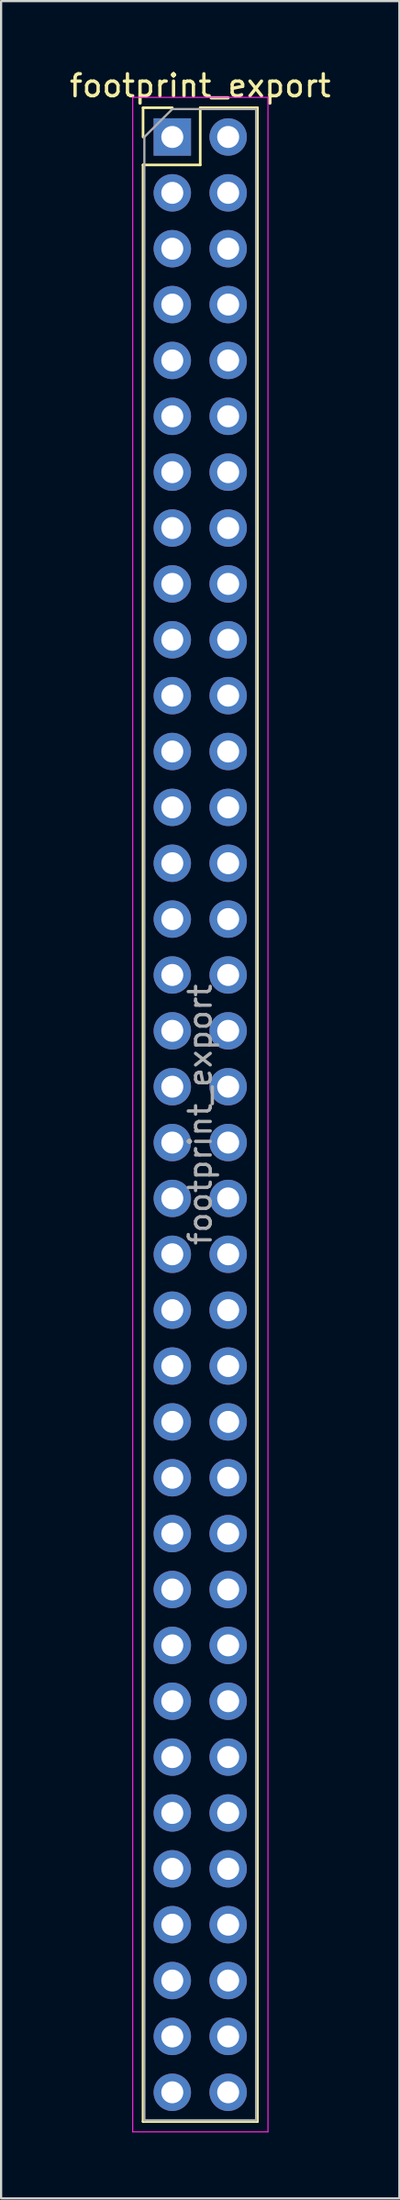
<source format=kicad_pcb>
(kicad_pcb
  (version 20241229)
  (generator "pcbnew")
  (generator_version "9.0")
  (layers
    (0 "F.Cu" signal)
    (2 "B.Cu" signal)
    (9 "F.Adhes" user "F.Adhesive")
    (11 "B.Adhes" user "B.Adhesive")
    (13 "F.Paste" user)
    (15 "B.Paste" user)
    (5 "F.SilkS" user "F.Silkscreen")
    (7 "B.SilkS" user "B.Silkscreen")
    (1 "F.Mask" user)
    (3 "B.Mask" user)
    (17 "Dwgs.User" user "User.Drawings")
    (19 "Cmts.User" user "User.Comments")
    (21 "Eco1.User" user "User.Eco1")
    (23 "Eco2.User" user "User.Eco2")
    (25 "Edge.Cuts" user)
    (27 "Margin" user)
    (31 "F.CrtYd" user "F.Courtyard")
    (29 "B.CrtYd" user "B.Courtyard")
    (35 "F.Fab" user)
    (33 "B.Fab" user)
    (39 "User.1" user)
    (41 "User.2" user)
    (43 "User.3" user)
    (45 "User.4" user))
  (footprint "footprint_export"
    (layer "F.Cu")
    (at 4.784 3.178)
    (property "Reference" "footprint_export" (at 1.27 -2.33 0) (layer "F.SilkS") (effects (font (size 1 1) (thickness 0.15))))
    (attr through_hole)
    (fp_line (start -1.33 -1.33) (end 0 -1.33) (stroke (width 0.12) (type solid)) (layer "F.SilkS"))
    (fp_line (start -1.33 0) (end -1.33 -1.33) (stroke (width 0.12) (type solid)) (layer "F.SilkS"))
    (fp_line (start -1.33 1.27) (end -1.33 90.23) (stroke (width 0.12) (type solid)) (layer "F.SilkS"))
    (fp_line (start -1.33 1.27) (end 1.27 1.27) (stroke (width 0.12) (type solid)) (layer "F.SilkS"))
    (fp_line (start -1.33 90.23) (end 3.87 90.23) (stroke (width 0.12) (type solid)) (layer "F.SilkS"))
    (fp_line (start 1.27 -1.33) (end 3.87 -1.33) (stroke (width 0.12) (type solid)) (layer "F.SilkS"))
    (fp_line (start 1.27 1.27) (end 1.27 -1.33) (stroke (width 0.12) (type solid)) (layer "F.SilkS"))
    (fp_line (start 3.87 -1.33) (end 3.87 90.23) (stroke (width 0.12) (type solid)) (layer "F.SilkS"))
    (fp_line (start -1.8 -1.8) (end -1.8 90.7) (stroke (width 0.05) (type solid)) (layer "F.CrtYd"))
    (fp_line (start -1.8 90.7) (end 4.35 90.7) (stroke (width 0.05) (type solid)) (layer "F.CrtYd"))
    (fp_line (start 4.35 -1.8) (end -1.8 -1.8) (stroke (width 0.05) (type solid)) (layer "F.CrtYd"))
    (fp_line (start 4.35 90.7) (end 4.35 -1.8) (stroke (width 0.05) (type solid)) (layer "F.CrtYd"))
    (fp_line (start -1.27 0) (end 0 -1.27) (stroke (width 0.1) (type solid)) (layer "F.Fab"))
    (fp_line (start -1.27 90.17) (end -1.27 0) (stroke (width 0.1) (type solid)) (layer "F.Fab"))
    (fp_line (start 0 -1.27) (end 3.81 -1.27) (stroke (width 0.1) (type solid)) (layer "F.Fab"))
    (fp_line (start 3.81 -1.27) (end 3.81 90.17) (stroke (width 0.1) (type solid)) (layer "F.Fab"))
    (fp_line (start 3.81 90.17) (end -1.27 90.17) (stroke (width 0.1) (type solid)) (layer "F.Fab"))
    (fp_text user "${REFERENCE}" (at 1.27 44.45 90) (layer "F.Fab") (effects (font (size 1 1) (thickness 0.15))))
    (pad "1" thru_hole rect (at 0 0) (size 1.7 1.7) (drill 1) (layers "*.Cu" "*.Mask"))
    (pad "2" thru_hole oval (at 2.54 0) (size 1.7 1.7) (drill 1) (layers "*.Cu" "*.Mask"))
    (pad "3" thru_hole oval (at 0 2.54) (size 1.7 1.7) (drill 1) (layers "*.Cu" "*.Mask"))
    (pad "4" thru_hole oval (at 2.54 2.54) (size 1.7 1.7) (drill 1) (layers "*.Cu" "*.Mask"))
    (pad "5" thru_hole oval (at 0 5.08) (size 1.7 1.7) (drill 1) (layers "*.Cu" "*.Mask"))
    (pad "6" thru_hole oval (at 2.54 5.08) (size 1.7 1.7) (drill 1) (layers "*.Cu" "*.Mask"))
    (pad "7" thru_hole oval (at 0 7.62) (size 1.7 1.7) (drill 1) (layers "*.Cu" "*.Mask"))
    (pad "8" thru_hole oval (at 2.54 7.62) (size 1.7 1.7) (drill 1) (layers "*.Cu" "*.Mask"))
    (pad "9" thru_hole oval (at 0 10.16) (size 1.7 1.7) (drill 1) (layers "*.Cu" "*.Mask"))
    (pad "10" thru_hole oval (at 2.54 10.16) (size 1.7 1.7) (drill 1) (layers "*.Cu" "*.Mask"))
    (pad "11" thru_hole oval (at 0 12.7) (size 1.7 1.7) (drill 1) (layers "*.Cu" "*.Mask"))
    (pad "12" thru_hole oval (at 2.54 12.7) (size 1.7 1.7) (drill 1) (layers "*.Cu" "*.Mask"))
    (pad "13" thru_hole oval (at 0 15.24) (size 1.7 1.7) (drill 1) (layers "*.Cu" "*.Mask"))
    (pad "14" thru_hole oval (at 2.54 15.24) (size 1.7 1.7) (drill 1) (layers "*.Cu" "*.Mask"))
    (pad "15" thru_hole oval (at 0 17.78) (size 1.7 1.7) (drill 1) (layers "*.Cu" "*.Mask"))
    (pad "16" thru_hole oval (at 2.54 17.78) (size 1.7 1.7) (drill 1) (layers "*.Cu" "*.Mask"))
    (pad "17" thru_hole oval (at 0 20.32) (size 1.7 1.7) (drill 1) (layers "*.Cu" "*.Mask"))
    (pad "18" thru_hole oval (at 2.54 20.32) (size 1.7 1.7) (drill 1) (layers "*.Cu" "*.Mask"))
    (pad "19" thru_hole oval (at 0 22.86) (size 1.7 1.7) (drill 1) (layers "*.Cu" "*.Mask"))
    (pad "20" thru_hole oval (at 2.54 22.86) (size 1.7 1.7) (drill 1) (layers "*.Cu" "*.Mask"))
    (pad "21" thru_hole oval (at 0 25.4) (size 1.7 1.7) (drill 1) (layers "*.Cu" "*.Mask"))
    (pad "22" thru_hole oval (at 2.54 25.4) (size 1.7 1.7) (drill 1) (layers "*.Cu" "*.Mask"))
    (pad "23" thru_hole oval (at 0 27.94) (size 1.7 1.7) (drill 1) (layers "*.Cu" "*.Mask"))
    (pad "24" thru_hole oval (at 2.54 27.94) (size 1.7 1.7) (drill 1) (layers "*.Cu" "*.Mask"))
    (pad "25" thru_hole oval (at 0 30.48) (size 1.7 1.7) (drill 1) (layers "*.Cu" "*.Mask"))
    (pad "26" thru_hole oval (at 2.54 30.48) (size 1.7 1.7) (drill 1) (layers "*.Cu" "*.Mask"))
    (pad "27" thru_hole oval (at 0 33.02) (size 1.7 1.7) (drill 1) (layers "*.Cu" "*.Mask"))
    (pad "28" thru_hole oval (at 2.54 33.02) (size 1.7 1.7) (drill 1) (layers "*.Cu" "*.Mask"))
    (pad "29" thru_hole oval (at 0 35.56) (size 1.7 1.7) (drill 1) (layers "*.Cu" "*.Mask"))
    (pad "30" thru_hole oval (at 2.54 35.56) (size 1.7 1.7) (drill 1) (layers "*.Cu" "*.Mask"))
    (pad "31" thru_hole oval (at 0 38.1) (size 1.7 1.7) (drill 1) (layers "*.Cu" "*.Mask"))
    (pad "32" thru_hole oval (at 2.54 38.1) (size 1.7 1.7) (drill 1) (layers "*.Cu" "*.Mask"))
    (pad "33" thru_hole oval (at 0 40.64) (size 1.7 1.7) (drill 1) (layers "*.Cu" "*.Mask"))
    (pad "34" thru_hole oval (at 2.54 40.64) (size 1.7 1.7) (drill 1) (layers "*.Cu" "*.Mask"))
    (pad "35" thru_hole oval (at 0 43.18) (size 1.7 1.7) (drill 1) (layers "*.Cu" "*.Mask"))
    (pad "36" thru_hole oval (at 2.54 43.18) (size 1.7 1.7) (drill 1) (layers "*.Cu" "*.Mask"))
    (pad "37" thru_hole oval (at 0 45.72) (size 1.7 1.7) (drill 1) (layers "*.Cu" "*.Mask"))
    (pad "38" thru_hole oval (at 2.54 45.72) (size 1.7 1.7) (drill 1) (layers "*.Cu" "*.Mask"))
    (pad "39" thru_hole oval (at 0 48.26) (size 1.7 1.7) (drill 1) (layers "*.Cu" "*.Mask"))
    (pad "40" thru_hole oval (at 2.54 48.26) (size 1.7 1.7) (drill 1) (layers "*.Cu" "*.Mask"))
    (pad "41" thru_hole oval (at 0 50.8) (size 1.7 1.7) (drill 1) (layers "*.Cu" "*.Mask"))
    (pad "42" thru_hole oval (at 2.54 50.8) (size 1.7 1.7) (drill 1) (layers "*.Cu" "*.Mask"))
    (pad "43" thru_hole oval (at 0 53.34) (size 1.7 1.7) (drill 1) (layers "*.Cu" "*.Mask"))
    (pad "44" thru_hole oval (at 2.54 53.34) (size 1.7 1.7) (drill 1) (layers "*.Cu" "*.Mask"))
    (pad "45" thru_hole oval (at 0 55.88) (size 1.7 1.7) (drill 1) (layers "*.Cu" "*.Mask"))
    (pad "46" thru_hole oval (at 2.54 55.88) (size 1.7 1.7) (drill 1) (layers "*.Cu" "*.Mask"))
    (pad "47" thru_hole oval (at 0 58.42) (size 1.7 1.7) (drill 1) (layers "*.Cu" "*.Mask"))
    (pad "48" thru_hole oval (at 2.54 58.42) (size 1.7 1.7) (drill 1) (layers "*.Cu" "*.Mask"))
    (pad "49" thru_hole oval (at 0 60.96) (size 1.7 1.7) (drill 1) (layers "*.Cu" "*.Mask"))
    (pad "50" thru_hole oval (at 2.54 60.96) (size 1.7 1.7) (drill 1) (layers "*.Cu" "*.Mask"))
    (pad "51" thru_hole oval (at 0 63.5) (size 1.7 1.7) (drill 1) (layers "*.Cu" "*.Mask"))
    (pad "52" thru_hole oval (at 2.54 63.5) (size 1.7 1.7) (drill 1) (layers "*.Cu" "*.Mask"))
    (pad "53" thru_hole oval (at 0 66.04) (size 1.7 1.7) (drill 1) (layers "*.Cu" "*.Mask"))
    (pad "54" thru_hole oval (at 2.54 66.04) (size 1.7 1.7) (drill 1) (layers "*.Cu" "*.Mask"))
    (pad "55" thru_hole oval (at 0 68.58) (size 1.7 1.7) (drill 1) (layers "*.Cu" "*.Mask"))
    (pad "56" thru_hole oval (at 2.54 68.58) (size 1.7 1.7) (drill 1) (layers "*.Cu" "*.Mask"))
    (pad "57" thru_hole oval (at 0 71.12) (size 1.7 1.7) (drill 1) (layers "*.Cu" "*.Mask"))
    (pad "58" thru_hole oval (at 2.54 71.12) (size 1.7 1.7) (drill 1) (layers "*.Cu" "*.Mask"))
    (pad "59" thru_hole oval (at 0 73.66) (size 1.7 1.7) (drill 1) (layers "*.Cu" "*.Mask"))
    (pad "60" thru_hole oval (at 2.54 73.66) (size 1.7 1.7) (drill 1) (layers "*.Cu" "*.Mask"))
    (pad "61" thru_hole oval (at 0 76.2) (size 1.7 1.7) (drill 1) (layers "*.Cu" "*.Mask"))
    (pad "62" thru_hole oval (at 2.54 76.2) (size 1.7 1.7) (drill 1) (layers "*.Cu" "*.Mask"))
    (pad "63" thru_hole oval (at 0 78.74) (size 1.7 1.7) (drill 1) (layers "*.Cu" "*.Mask"))
    (pad "64" thru_hole oval (at 2.54 78.74) (size 1.7 1.7) (drill 1) (layers "*.Cu" "*.Mask"))
    (pad "65" thru_hole oval (at 0 81.28) (size 1.7 1.7) (drill 1) (layers "*.Cu" "*.Mask"))
    (pad "66" thru_hole oval (at 2.54 81.28) (size 1.7 1.7) (drill 1) (layers "*.Cu" "*.Mask"))
    (pad "67" thru_hole oval (at 0 83.82) (size 1.7 1.7) (drill 1) (layers "*.Cu" "*.Mask"))
    (pad "68" thru_hole oval (at 2.54 83.82) (size 1.7 1.7) (drill 1) (layers "*.Cu" "*.Mask"))
    (pad "69" thru_hole oval (at 0 86.36) (size 1.7 1.7) (drill 1) (layers "*.Cu" "*.Mask"))
    (pad "70" thru_hole oval (at 2.54 86.36) (size 1.7 1.7) (drill 1) (layers "*.Cu" "*.Mask"))
    (pad "71" thru_hole oval (at 0 88.9) (size 1.7 1.7) (drill 1) (layers "*.Cu" "*.Mask"))
    (pad "72" thru_hole oval (at 2.54 88.9) (size 1.7 1.7) (drill 1) (layers "*.Cu" "*.Mask")))
  (gr_rect
    (start -3 -3)
    (end 15.107 96.903)
    (stroke (width 0.1) (type default))
    (fill no)
    (layer "Edge.Cuts")))
</source>
